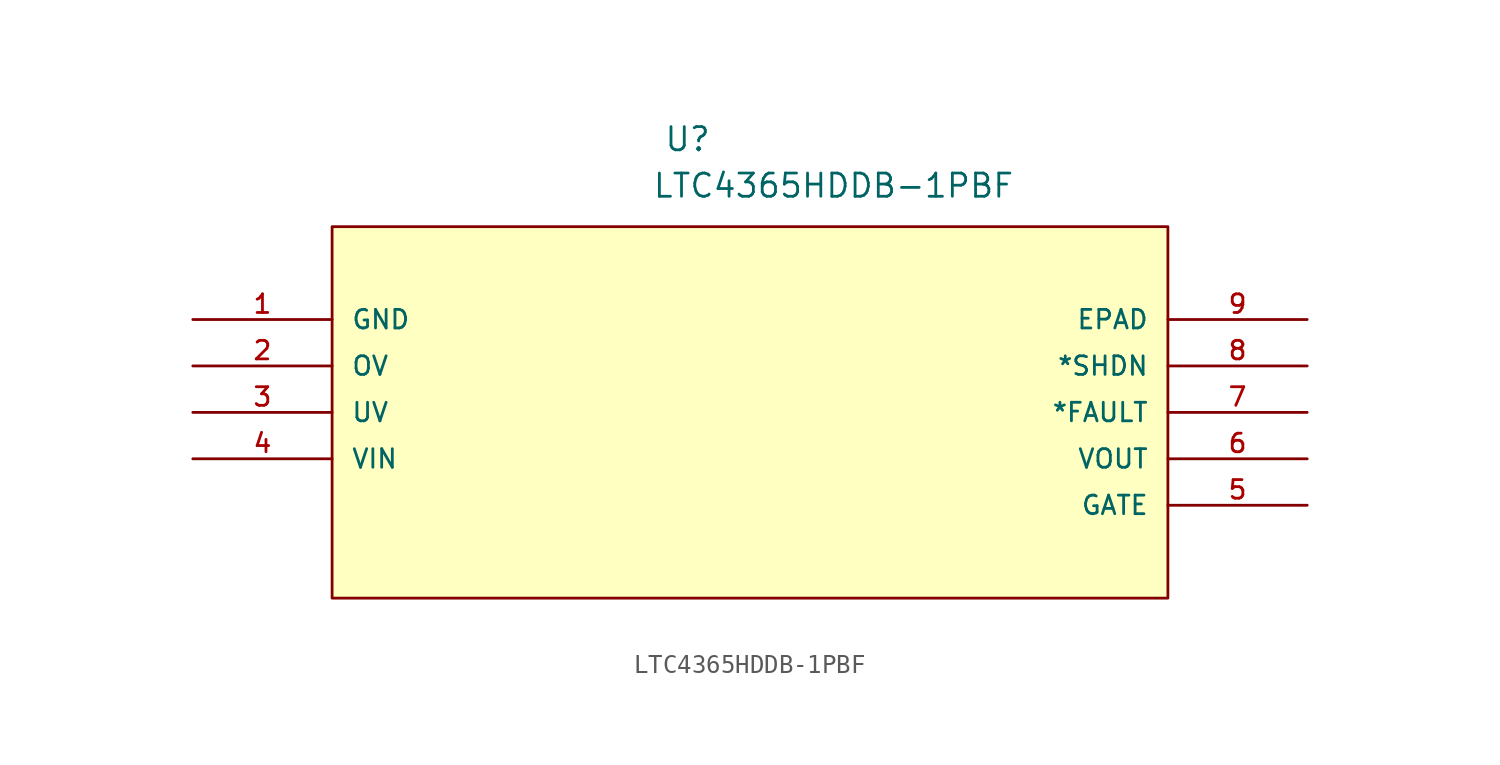
<source format=kicad_sym>
(kicad_symbol_lib
  (version 20211014)
  (generator kicad_symbol_editor)
  (symbol "LTC4365HDDB-1PBF"
    (pin_names
      (offset 1.016))
    (property "Reference" "U"
      (at 25.756 9.119 0.0)
      (effects (font (size 1.27 1.27)) (justify bottom left)))
    (property "Value" "LTC4365HDDB-1PBF"
      (at 25.121 6.579 0.0)
      (effects (font (size 1.27 1.27)) (justify bottom left)))
    (symbol "LTC4365HDDB-1PBF_0_0"
      (rectangle (start 7.62 -15.24) (end 53.34 5.08) (stroke (width 0.152)) (fill (type background)))
      (pin power_in line (at 0.0 0.0 0) (length 7.62) (name "GND" (effects (font (size 1.016 1.016)))) (number "1" (effects (font (size 1.016 1.016)))))
      (pin input line (at 0.0 -2.54 0) (length 7.62) (name "OV" (effects (font (size 1.016 1.016)))) (number "2" (effects (font (size 1.016 1.016)))))
      (pin input line (at 0.0 -5.08 0) (length 7.62) (name "UV" (effects (font (size 1.016 1.016)))) (number "3" (effects (font (size 1.016 1.016)))))
      (pin input line (at 0.0 -7.62 0) (length 7.62) (name "VIN" (effects (font (size 1.016 1.016)))) (number "4" (effects (font (size 1.016 1.016)))))
      (pin output line (at 60.96 -10.16 180.0) (length 7.62) (name "GATE" (effects (font (size 1.016 1.016)))) (number "5" (effects (font (size 1.016 1.016)))))
      (pin output line (at 60.96 -7.62 180.0) (length 7.62) (name "VOUT" (effects (font (size 1.016 1.016)))) (number "6" (effects (font (size 1.016 1.016)))))
      (pin output line (at 60.96 -5.08 180.0) (length 7.62) (name "*FAULT" (effects (font (size 1.016 1.016)))) (number "7" (effects (font (size 1.016 1.016)))))
      (pin input line (at 60.96 -2.54 180.0) (length 7.62) (name "*SHDN" (effects (font (size 1.016 1.016)))) (number "8" (effects (font (size 1.016 1.016)))))
      (pin passive line (at 60.96 0.0 180.0) (length 7.62) (name "EPAD" (effects (font (size 1.016 1.016)))) (number "9" (effects (font (size 1.016 1.016))))))))
</source>
